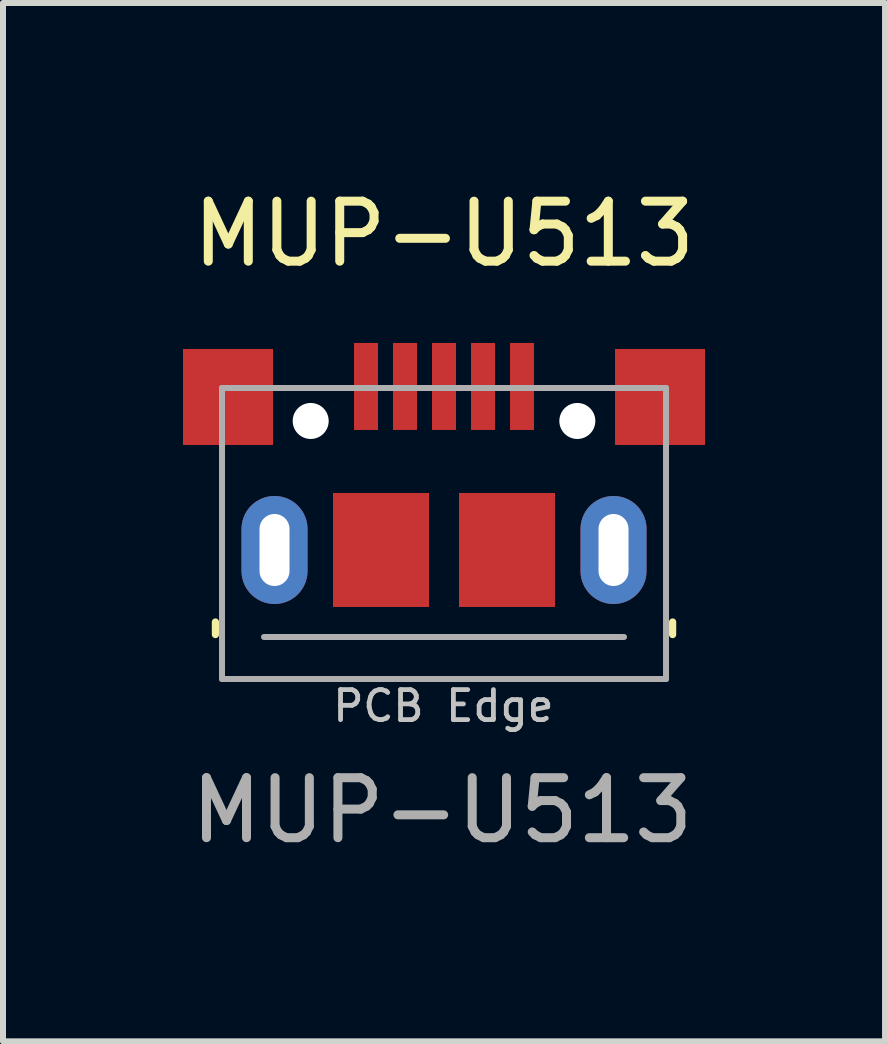
<source format=kicad_pcb>
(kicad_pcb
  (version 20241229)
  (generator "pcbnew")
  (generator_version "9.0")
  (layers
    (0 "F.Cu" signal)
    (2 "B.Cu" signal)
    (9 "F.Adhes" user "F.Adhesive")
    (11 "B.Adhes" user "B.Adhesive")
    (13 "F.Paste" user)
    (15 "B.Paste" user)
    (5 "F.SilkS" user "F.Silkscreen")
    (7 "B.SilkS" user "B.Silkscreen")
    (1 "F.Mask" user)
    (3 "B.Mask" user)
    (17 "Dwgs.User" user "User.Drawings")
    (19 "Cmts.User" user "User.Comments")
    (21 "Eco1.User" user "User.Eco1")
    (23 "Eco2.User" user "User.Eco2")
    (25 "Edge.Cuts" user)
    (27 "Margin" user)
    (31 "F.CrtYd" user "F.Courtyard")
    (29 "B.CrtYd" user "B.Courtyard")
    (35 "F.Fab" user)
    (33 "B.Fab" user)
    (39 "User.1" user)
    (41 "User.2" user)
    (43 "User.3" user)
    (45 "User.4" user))
  (footprint "MUP-U513"
    (layer "F.Cu")
    (at 4.35 5.166)
    (property "Reference" "MUP-U513" (at 0 -4.318 0) (unlocked yes) (layer "F.SilkS") (effects (font (size 1 1) (thickness 0.15))))
    (fp_line (start -3.81 2.36) (end -3.81 2.15) (stroke (width 0.12) (type solid)) (layer "F.SilkS"))
    (fp_line (start 3.81 2.36) (end 3.81 2.15) (stroke (width 0.12) (type solid)) (layer "F.SilkS"))
    (fp_line (start -3.7 -1.75) (end 3.7 -1.75) (stroke (width 0.1) (type solid)) (layer "F.Fab"))
    (fp_line (start -3.7 3.1) (end -3.7 -1.75) (stroke (width 0.1) (type solid)) (layer "F.Fab"))
    (fp_line (start -3.7 3.1) (end 3.7 3.1) (stroke (width 0.1) (type solid)) (layer "F.Fab"))
    (fp_line (start -3 2.4) (end 3 2.4) (stroke (width 0.1) (type solid)) (layer "F.Fab"))
    (fp_line (start 3.7 3.1) (end 3.7 -1.75) (stroke (width 0.1) (type solid)) (layer "F.Fab"))
    (fp_text user "PCB Edge" (at -0.01 3.55 0) (layer "Dwgs.User") (effects (font (size 0.5 0.5) (thickness 0.08))))
    (fp_text user "${REFERENCE}" (at -0.03 5.29 0) (unlocked yes) (layer "F.Fab") (effects (font (size 1 1) (thickness 0.15))))
    (pad "" np_thru_hole circle (at -2.222 -1.2) (size 0.6 0.6) (drill 0.6) (layers "*.Cu" "*.Mask"))
    (pad "" np_thru_hole circle (at 2.222 -1.2) (size 0.6 0.6) (drill 0.6) (layers "*.Cu" "*.Mask"))
    (pad "1" smd rect (at -1.3 -1.775) (size 0.4 1.45) (layers "F.Cu" "F.Mask" "F.Paste"))
    (pad "2" smd rect (at -0.65 -1.775) (size 0.4 1.45) (layers "F.Cu" "F.Mask" "F.Paste"))
    (pad "3" smd rect (at 0 -1.775) (size 0.4 1.45) (layers "F.Cu" "F.Mask" "F.Paste"))
    (pad "4" smd rect (at 0.65 -1.775) (size 0.4 1.45) (layers "F.Cu" "F.Mask" "F.Paste"))
    (pad "5" smd rect (at 1.3 -1.775) (size 0.4 1.45) (layers "F.Cu" "F.Mask" "F.Paste"))
    (pad "6" smd rect (at -3.6 -1.6) (size 1.5 1.6) (layers "F.Cu" "F.Mask" "F.Paste"))
    (pad "6" thru_hole oval (at -2.825 0.95 180) (size 1.1 1.8) (drill oval 0.5 1.2) (layers "*.Cu" "*.Mask"))
    (pad "6" smd rect (at -1.05 0.95) (size 1.6 1.9) (layers "F.Cu" "F.Mask" "F.Paste"))
    (pad "6" smd rect (at 1.05 0.95) (size 1.6 1.9) (layers "F.Cu" "F.Mask" "F.Paste"))
    (pad "6" thru_hole oval (at 2.825 0.95) (size 1.1 1.8) (drill oval 0.5 1.2) (layers "*.Cu" "*.Mask"))
    (pad "6" smd rect (at 3.6 -1.6) (size 1.5 1.6) (layers "F.Cu" "F.Mask" "F.Paste")))
  (gr_rect
    (start -3 -3)
    (end 11.7 14.305)
    (stroke (width 0.1) (type default))
    (fill no)
    (layer "Edge.Cuts")))
</source>
